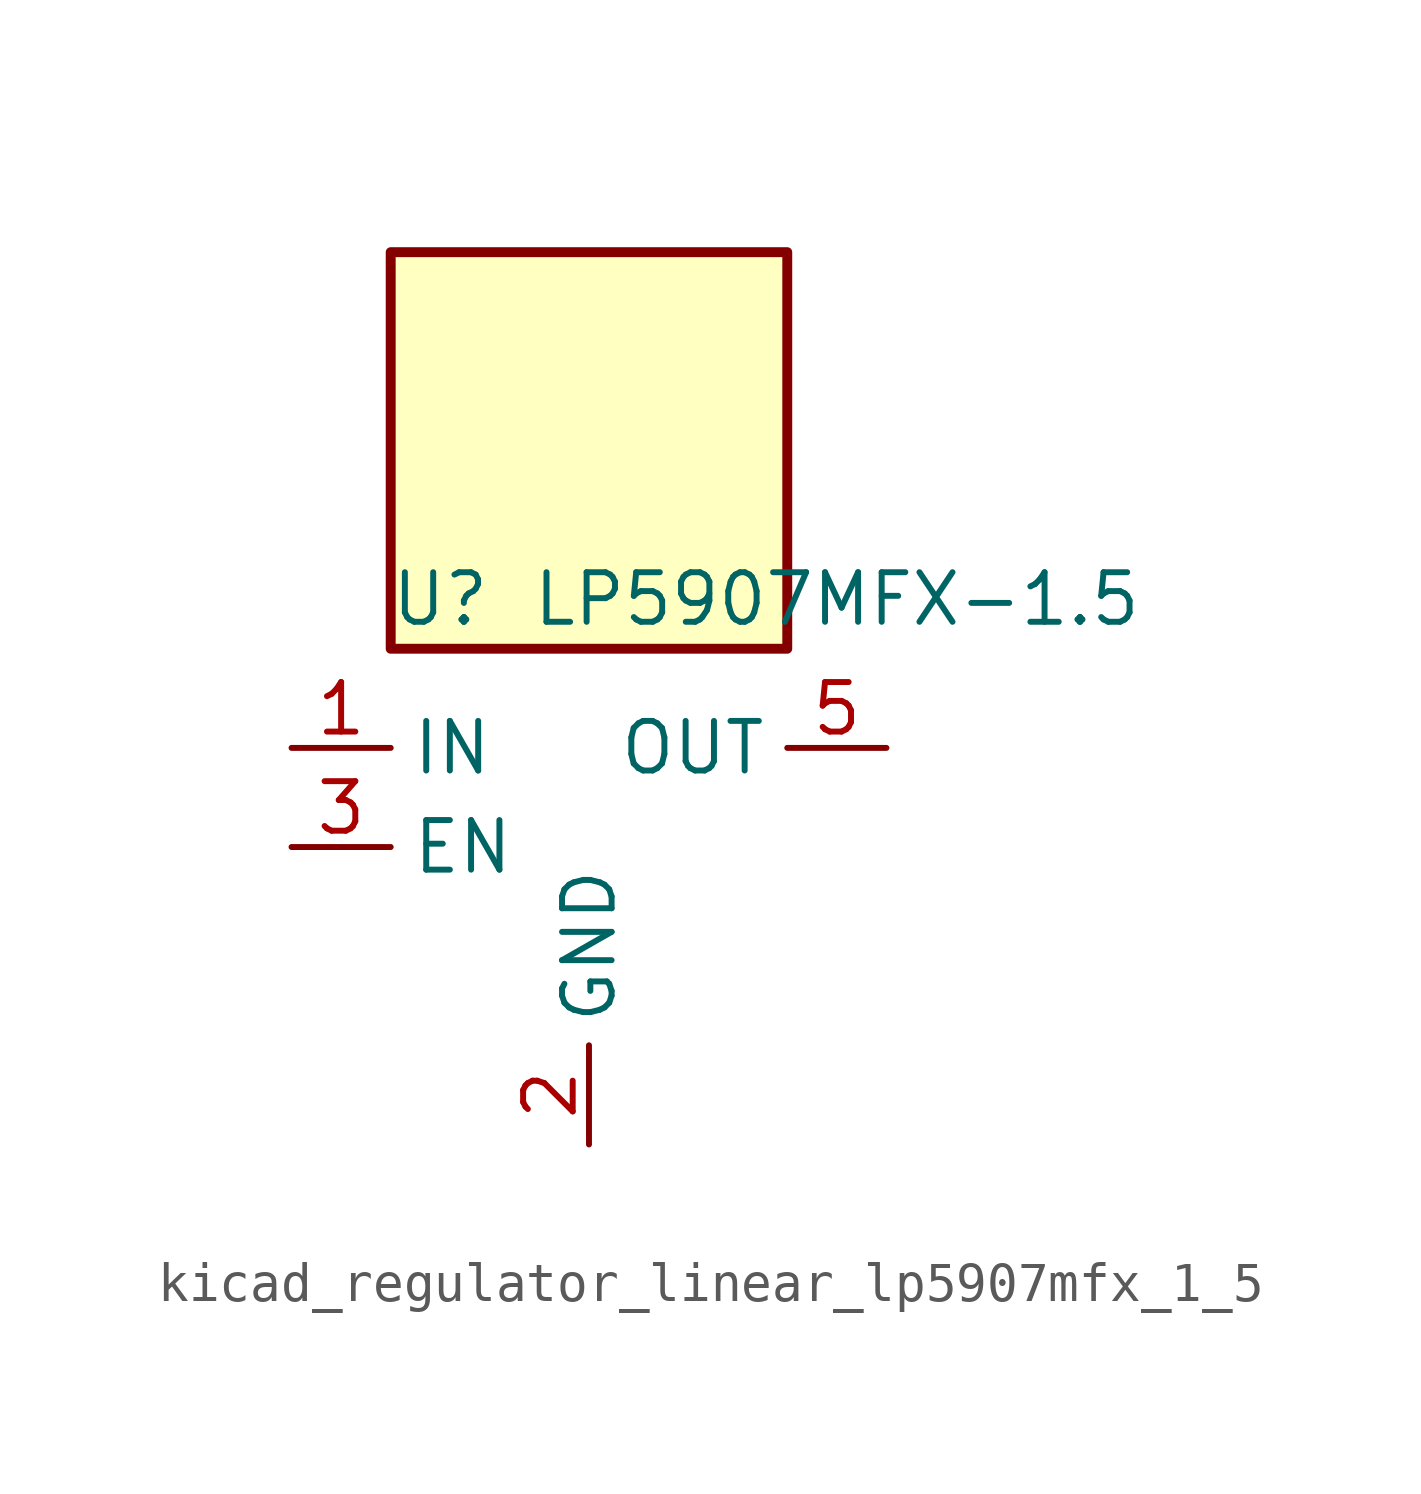
<source format=kicad_sym>
(kicad_symbol_lib
  (version 20220914)
  (generator kicad_symbol_editor)
  (symbol "kicad_regulator_linear_lp5907mfx_1_5"
    (property "Reference" "U"
      (at -3.81 6.35 0)
      (effects (font (size 1.27 1.27))))
    (property "Value" "LP5907MFX-1.5"
      (at 6.35 6.35 0)
      (effects (font (size 1.27 1.27))))
    (symbol "kicad_regulator_linear_lp5907mfx_1_5_0_1"
      (rectangle (start 5.08 15.24) (end -5.08 5.08) (stroke (width 0.254) (type default)) (fill (type background)))
      (pin power_in line (at -7.62 2.54 0) (length 2.54) (name "IN" (effects (font (size 1.27 1.27)))) (number "1" (effects (font (size 1.27 1.27)))))
      (pin power_in line (at 0 -7.62 90) (length 2.54) (name "GND" (effects (font (size 1.27 1.27)))) (number "2" (effects (font (size 1.27 1.27)))))
      (pin input line (at -7.62 0 0) (length 2.54) (name "EN" (effects (font (size 1.27 1.27)))) (number "3" (effects (font (size 1.27 1.27)))))
      (pin no_connect line (at 5.08 0 180) (length 2.54) hide (name "NC" (effects (font (size 1.27 1.27)))) (number "4" (effects (font (size 1.27 1.27)))))
      (pin power_out line (at 7.62 2.54 180) (length 2.54) (name "OUT" (effects (font (size 1.27 1.27)))) (number "5" (effects (font (size 1.27 1.27))))))))
</source>
